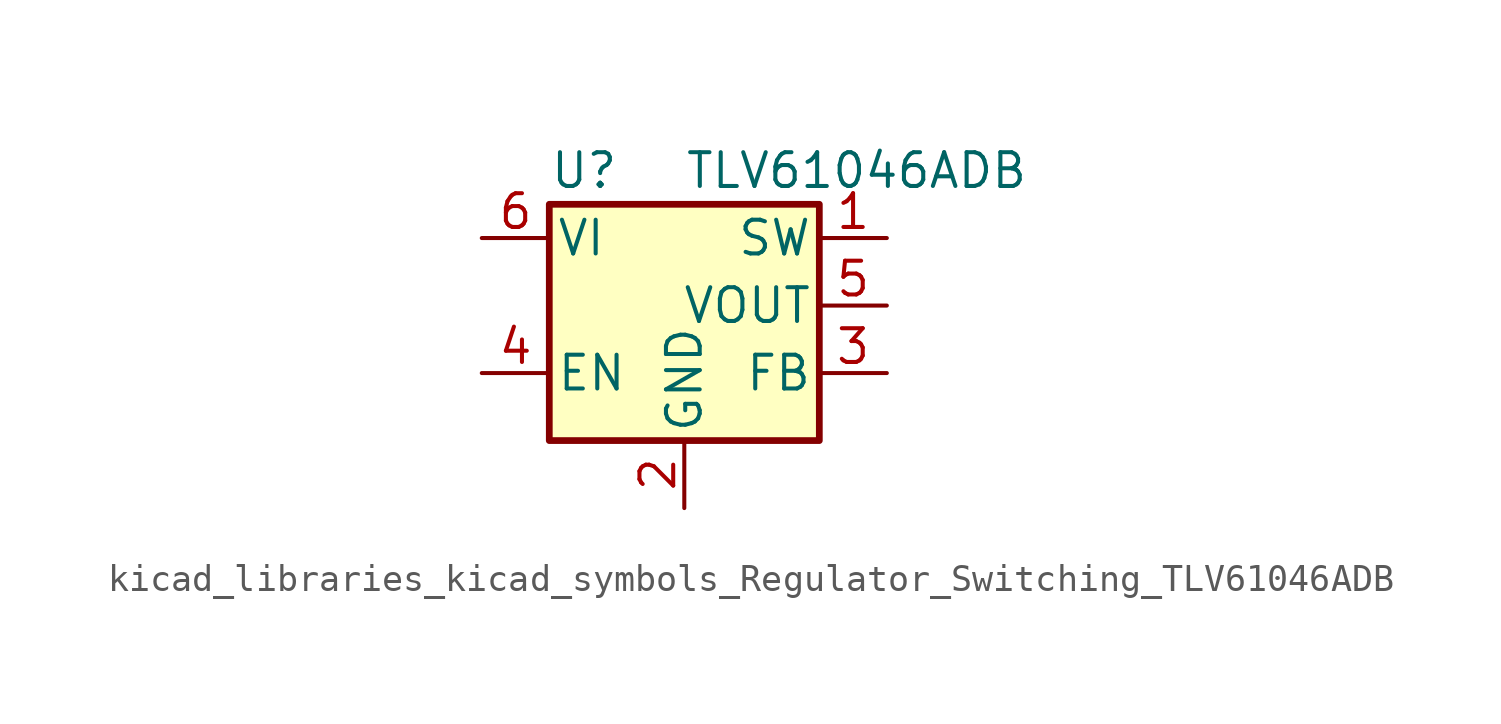
<source format=kicad_sym>
(kicad_symbol_lib
  (version 20220914)
  (generator kicad_symbol_editor)
  (symbol "kicad_libraries_kicad_symbols_Regulator_Switching_TLV61046ADB"
    (pin_names
      (offset 0.254))
    (property "Reference" "U"
      (at -5.08 7.62 0)
      (effects (font (size 1.27 1.27)) (justify left)))
    (property "Value" "TLV61046ADB"
      (at 0 7.62 0)
      (effects (font (size 1.27 1.27)) (justify left)))
    (symbol "kicad_libraries_kicad_symbols_Regulator_Switching_TLV61046ADB_0_1"
      (rectangle (start -5.08 6.35) (end 5.08 -2.54) (stroke (width 0.254) (type default)) (fill (type background))))
    (symbol "kicad_libraries_kicad_symbols_Regulator_Switching_TLV61046ADB_1_1"
      (pin power_in line (at 7.62 5.08 180) (length 2.54) (name "SW" (effects (font (size 1.27 1.27)))) (number "1" (effects (font (size 1.27 1.27)))))
      (pin power_in line (at 0 -5.08 90) (length 2.54) (name "GND" (effects (font (size 1.27 1.27)))) (number "2" (effects (font (size 1.27 1.27)))))
      (pin input line (at 7.62 0 180) (length 2.54) (name "FB" (effects (font (size 1.27 1.27)))) (number "3" (effects (font (size 1.27 1.27)))))
      (pin input line (at -7.62 0 0) (length 2.54) (name "EN" (effects (font (size 1.27 1.27)))) (number "4" (effects (font (size 1.27 1.27)))))
      (pin power_out line (at 7.62 2.54 180) (length 2.54) (name "VOUT" (effects (font (size 1.27 1.27)))) (number "5" (effects (font (size 1.27 1.27)))))
      (pin power_in line (at -7.62 5.08 0) (length 2.54) (name "VI" (effects (font (size 1.27 1.27)))) (number "6" (effects (font (size 1.27 1.27))))))))
</source>
